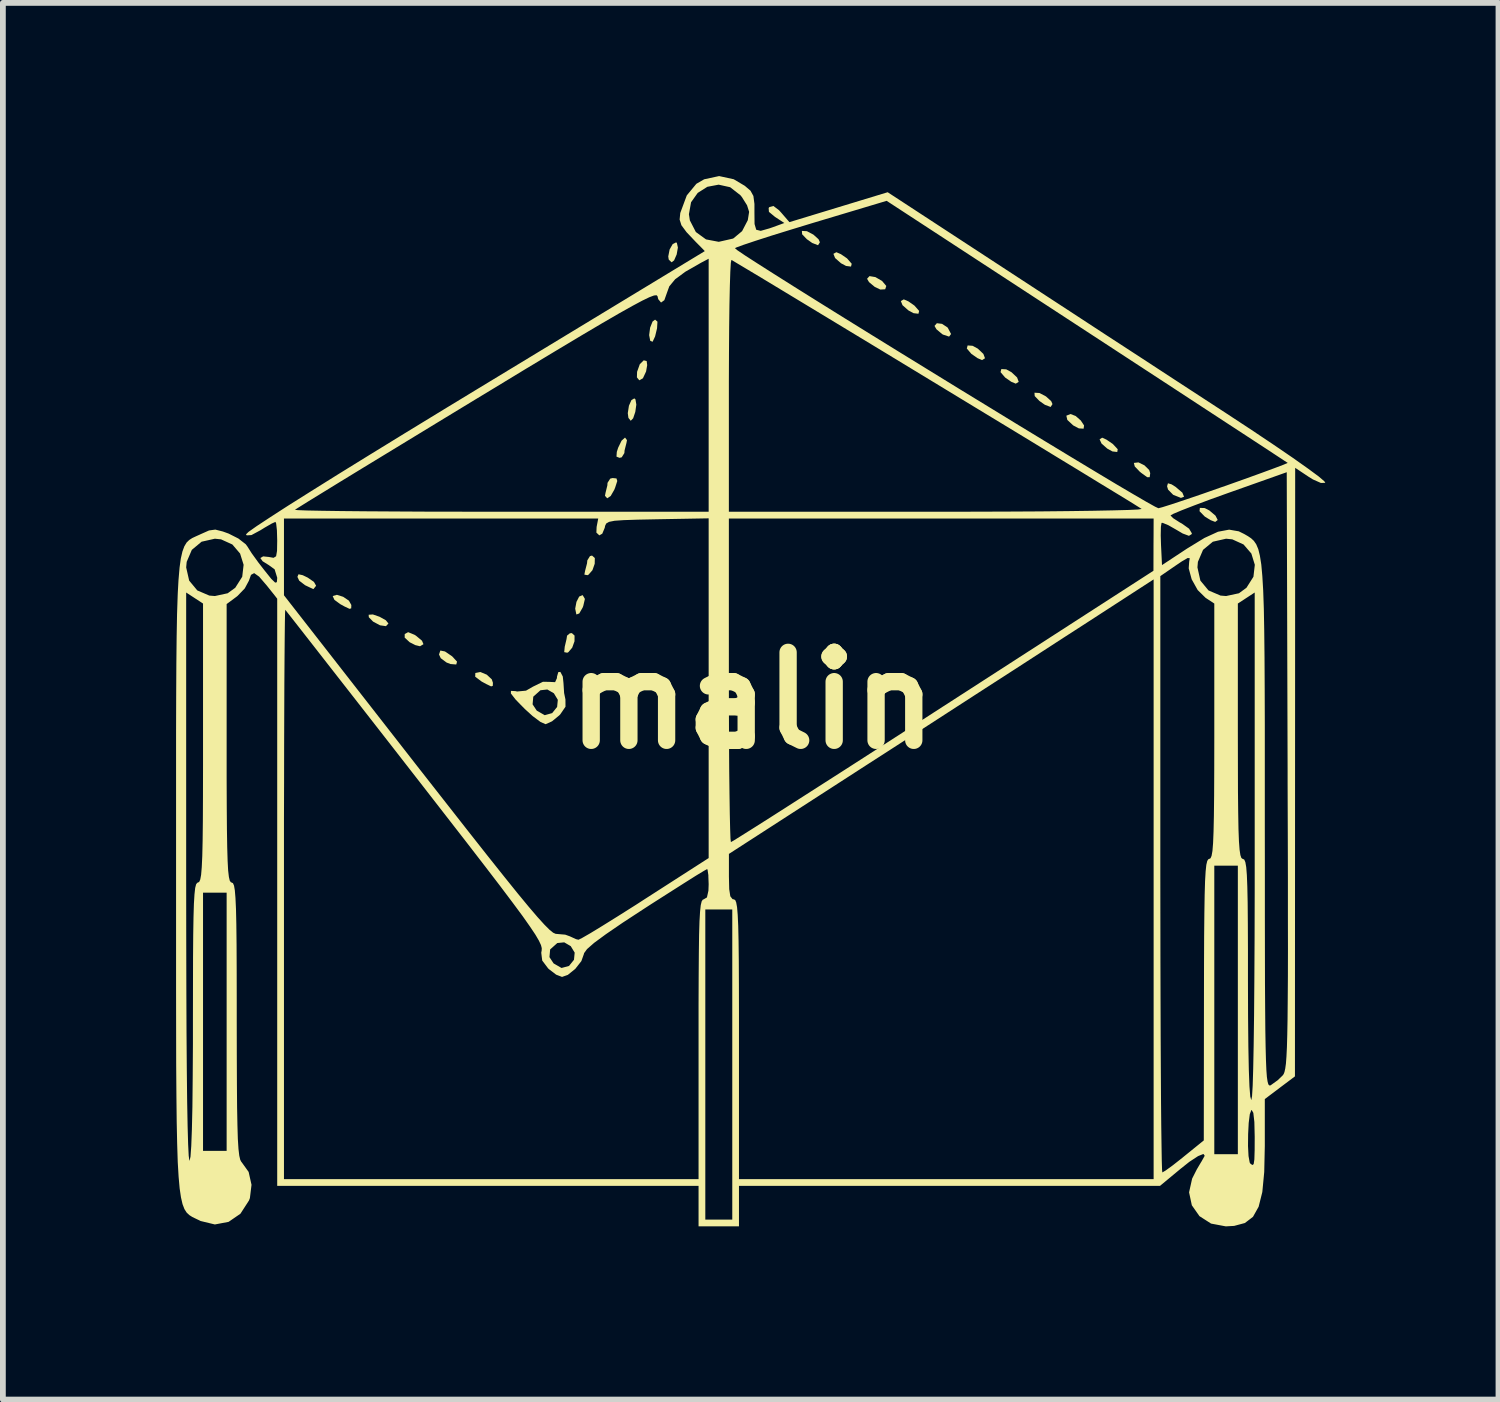
<source format=kicad_pcb>
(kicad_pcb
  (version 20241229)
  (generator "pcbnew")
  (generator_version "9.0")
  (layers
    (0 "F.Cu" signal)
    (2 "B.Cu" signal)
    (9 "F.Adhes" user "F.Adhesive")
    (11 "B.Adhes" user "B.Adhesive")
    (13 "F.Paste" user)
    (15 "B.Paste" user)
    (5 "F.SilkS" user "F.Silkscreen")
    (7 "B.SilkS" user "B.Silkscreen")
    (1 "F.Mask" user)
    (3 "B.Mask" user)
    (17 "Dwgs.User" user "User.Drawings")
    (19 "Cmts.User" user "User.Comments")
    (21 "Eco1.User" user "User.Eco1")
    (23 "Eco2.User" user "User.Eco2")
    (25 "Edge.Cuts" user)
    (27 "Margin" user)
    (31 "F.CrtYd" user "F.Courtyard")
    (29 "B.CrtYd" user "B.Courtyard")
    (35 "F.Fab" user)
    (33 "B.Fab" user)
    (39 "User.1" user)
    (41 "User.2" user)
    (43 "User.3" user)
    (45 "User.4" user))
  (footprint "malin"
    (layer "F.Cu")
    (at 9.985 9.085)
    (property "Reference" "malin" (at 0 0 0) (layer "F.SilkS") (effects (font (size 1.524 1.524) (thickness 0.3))))
    (attr board_only exclude_from_pos_files exclude_from_bom)
    (fp_poly (pts (xy -6.46 -1.451) (xy -6.352 -1.391) (xy -6.306 -1.334) (xy -6.349 -1.288) (xy -6.452 -1.303) (xy -6.572 -1.367) (xy -6.646 -1.443) (xy -6.649 -1.486) (xy -6.576 -1.491)) (stroke (width 0) (type solid)) (fill yes) (layer "F.SilkS"))
    (fp_poly (pts (xy -5.327 -0.85) (xy -5.203 -0.766) (xy -5.118 -0.674) (xy -5.131 -0.624) (xy -5.231 -0.632) (xy -5.299 -0.658) (xy -5.4 -0.733) (xy -5.43 -0.797) (xy -5.407 -0.866)) (stroke (width 0) (type solid)) (fill yes) (layer "F.SilkS"))
    (fp_poly (pts (xy -1.833 -5.881) (xy -1.824 -5.81) (xy -1.843 -5.7) (xy -1.898 -5.582) (xy -1.961 -5.547) (xy -2.002 -5.598) (xy -1.999 -5.694) (xy -1.952 -5.826) (xy -1.884 -5.893)) (stroke (width 0) (type solid)) (fill yes) (layer "F.SilkS"))
    (fp_poly (pts (xy -1.646 -6.563) (xy -1.653 -6.448) (xy -1.687 -6.307) (xy -1.73 -6.215) (xy -1.771 -6.231) (xy -1.79 -6.33) (xy -1.773 -6.459) (xy -1.731 -6.565) (xy -1.687 -6.598)) (stroke (width 0) (type solid)) (fill yes) (layer "F.SilkS"))
    (fp_poly (pts (xy 1.532 -7.732) (xy 1.638 -7.659) (xy 1.719 -7.566) (xy 1.707 -7.517) (xy 1.621 -7.528) (xy 1.533 -7.575) (xy 1.431 -7.665) (xy 1.402 -7.738) (xy 1.453 -7.766)) (stroke (width 0) (type solid)) (fill yes) (layer "F.SilkS"))
    (fp_poly (pts (xy 2.129 -7.335) (xy 2.245 -7.268) (xy 2.318 -7.181) (xy 2.299 -7.124) (xy 2.215 -7.119) (xy 2.117 -7.166) (xy 2.019 -7.248) (xy 1.985 -7.306) (xy 2.027 -7.352)) (stroke (width 0) (type solid)) (fill yes) (layer "F.SilkS"))
    (fp_poly (pts (xy 2.7 -6.915) (xy 2.806 -6.841) (xy 2.887 -6.749) (xy 2.875 -6.7) (xy 2.789 -6.71) (xy 2.701 -6.758) (xy 2.599 -6.848) (xy 2.57 -6.92) (xy 2.621 -6.949)) (stroke (width 0) (type solid)) (fill yes) (layer "F.SilkS"))
    (fp_poly (pts (xy 3.812 -6.145) (xy 3.903 -6.096) (xy 4 -6.004) (xy 4.028 -5.929) (xy 3.977 -5.897) (xy 3.898 -5.931) (xy 3.792 -6.005) (xy 3.713 -6.098) (xy 3.727 -6.151)) (stroke (width 0) (type solid)) (fill yes) (layer "F.SilkS"))
    (fp_poly (pts (xy 4.396 -5.737) (xy 4.487 -5.687) (xy 4.584 -5.596) (xy 4.612 -5.52) (xy 4.561 -5.489) (xy 4.482 -5.522) (xy 4.376 -5.596) (xy 4.297 -5.689) (xy 4.311 -5.742)) (stroke (width 0) (type solid)) (fill yes) (layer "F.SilkS"))
    (fp_poly (pts (xy 5.598 -4.929) (xy 5.687 -4.851) (xy 5.744 -4.765) (xy 5.736 -4.709) (xy 5.654 -4.714) (xy 5.557 -4.765) (xy 5.454 -4.861) (xy 5.437 -4.934) (xy 5.509 -4.963)) (stroke (width 0) (type solid)) (fill yes) (layer "F.SilkS"))
    (fp_poly (pts (xy -4.603 -0.448) (xy -4.516 -0.367) (xy -4.496 -0.307) (xy -4.499 -0.253) (xy -4.528 -0.245) (xy -4.613 -0.286) (xy -4.692 -0.329) (xy -4.803 -0.412) (xy -4.801 -0.477) (xy -4.715 -0.494)) (stroke (width 0) (type solid)) (fill yes) (layer "F.SilkS"))
    (fp_poly (pts (xy -2.027 -5.217) (xy -2.012 -5.126) (xy -2.03 -4.999) (xy -2.067 -4.889) (xy -2.109 -4.846) (xy -2.149 -4.896) (xy -2.16 -4.978) (xy -2.14 -5.107) (xy -2.097 -5.204) (xy -2.047 -5.234)) (stroke (width 0) (type solid)) (fill yes) (layer "F.SilkS"))
    (fp_poly (pts (xy -1.31 -7.928) (xy -1.292 -7.847) (xy -1.313 -7.727) (xy -1.358 -7.624) (xy -1.402 -7.591) (xy -1.451 -7.639) (xy -1.459 -7.693) (xy -1.435 -7.814) (xy -1.382 -7.907) (xy -1.324 -7.936)) (stroke (width 0) (type solid)) (fill yes) (layer "F.SilkS"))
    (fp_poly (pts (xy 0.943 -8.13) (xy 1.055 -8.071) (xy 1.145 -7.99) (xy 1.168 -7.938) (xy 1.136 -7.887) (xy 1.036 -7.925) (xy 0.941 -7.992) (xy 0.86 -8.077) (xy 0.856 -8.133) (xy 0.858 -8.135)) (stroke (width 0) (type solid)) (fill yes) (layer "F.SilkS"))
    (fp_poly (pts (xy 3.284 -6.525) (xy 3.378 -6.463) (xy 3.385 -6.454) (xy 3.44 -6.349) (xy 3.406 -6.304) (xy 3.3 -6.339) (xy 3.284 -6.349) (xy 3.187 -6.431) (xy 3.153 -6.489) (xy 3.194 -6.536)) (stroke (width 0) (type solid)) (fill yes) (layer "F.SilkS"))
    (fp_poly (pts (xy 4.972 -5.327) (xy 5.084 -5.268) (xy 5.174 -5.187) (xy 5.197 -5.135) (xy 5.165 -5.085) (xy 5.065 -5.123) (xy 4.97 -5.19) (xy 4.889 -5.274) (xy 4.885 -5.331) (xy 4.887 -5.332)) (stroke (width 0) (type solid)) (fill yes) (layer "F.SilkS"))
    (fp_poly (pts (xy 6.058 -4.553) (xy 6.131 -4.52) (xy 6.241 -4.445) (xy 6.327 -4.353) (xy 6.319 -4.305) (xy 6.235 -4.315) (xy 6.146 -4.364) (xy 6.047 -4.451) (xy 6.013 -4.524) (xy 6.057 -4.553)) (stroke (width 0) (type solid)) (fill yes) (layer "F.SilkS"))
    (fp_poly (pts (xy 7.259 -3.745) (xy 7.328 -3.702) (xy 7.447 -3.601) (xy 7.476 -3.53) (xy 7.422 -3.51) (xy 7.291 -3.562) (xy 7.284 -3.567) (xy 7.199 -3.654) (xy 7.182 -3.712) (xy 7.197 -3.763)) (stroke (width 0) (type solid)) (fill yes) (layer "F.SilkS"))
    (fp_poly (pts (xy 7.834 -3.334) (xy 7.915 -3.292) (xy 8.021 -3.202) (xy 8.059 -3.127) (xy 8.017 -3.095) (xy 8.013 -3.095) (xy 7.935 -3.125) (xy 7.836 -3.186) (xy 7.744 -3.28) (xy 7.75 -3.337)) (stroke (width 0) (type solid)) (fill yes) (layer "F.SilkS"))
    (fp_poly (pts (xy -7.091 -1.797) (xy -6.991 -1.73) (xy -6.949 -1.655) (xy -6.951 -1.597) (xy -6.98 -1.588) (xy -7.067 -1.629) (xy -7.14 -1.669) (xy -7.242 -1.744) (xy -7.271 -1.807) (xy -7.269 -1.811) (xy -7.199 -1.831)) (stroke (width 0) (type solid)) (fill yes) (layer "F.SilkS"))
    (fp_poly (pts (xy -5.855 -1.139) (xy -5.822 -1.117) (xy -5.725 -1.036) (xy -5.7 -0.977) (xy -5.702 -0.974) (xy -5.759 -0.94) (xy -5.841 -0.96) (xy -5.939 -1.01) (xy -6.025 -1.09) (xy -6.024 -1.152) (xy -5.965 -1.184)) (stroke (width 0) (type solid)) (fill yes) (layer "F.SilkS"))
    (fp_poly (pts (xy -2.94 -1.823) (xy -2.903 -1.76) (xy -2.931 -1.639) (xy -2.943 -1.608) (xy -3.001 -1.508) (xy -3.048 -1.491) (xy -3.052 -1.496) (xy -3.071 -1.592) (xy -3.049 -1.709) (xy -3.002 -1.801) (xy -2.945 -1.825)) (stroke (width 0) (type solid)) (fill yes) (layer "F.SilkS"))
    (fp_poly (pts (xy -2.731 -2.468) (xy -2.733 -2.369) (xy -2.772 -2.258) (xy -2.84 -2.18) (xy -2.859 -2.171) (xy -2.912 -2.181) (xy -2.9 -2.245) (xy -2.866 -2.377) (xy -2.861 -2.428) (xy -2.815 -2.502) (xy -2.779 -2.511)) (stroke (width 0) (type solid)) (fill yes) (layer "F.SilkS"))
    (fp_poly (pts (xy 6.79 -4.074) (xy 6.872 -3.993) (xy 6.89 -3.939) (xy 6.881 -3.869) (xy 6.837 -3.869) (xy 6.735 -3.943) (xy 6.707 -3.966) (xy 6.622 -4.055) (xy 6.607 -4.115) (xy 6.608 -4.116) (xy 6.686 -4.125)) (stroke (width 0) (type solid)) (fill yes) (layer "F.SilkS"))
    (fp_poly (pts (xy -7.791 -2.171) (xy -7.706 -2.13) (xy -7.597 -2.055) (xy -7.56 -1.99) (xy -7.563 -1.983) (xy -7.604 -1.932) (xy -7.609 -1.931) (xy -7.663 -1.956) (xy -7.751 -1.998) (xy -7.852 -2.076) (xy -7.883 -2.142) (xy -7.864 -2.187)) (stroke (width 0) (type solid)) (fill yes) (layer "F.SilkS"))
    (fp_poly (pts (xy -3.082 -1.125) (xy -3.083 -1.026) (xy -3.123 -0.915) (xy -3.19 -0.837) (xy -3.209 -0.828) (xy -3.261 -0.838) (xy -3.252 -0.935) (xy -3.25 -0.941) (xy -3.221 -1.065) (xy -3.212 -1.124) (xy -3.164 -1.164) (xy -3.129 -1.168)) (stroke (width 0) (type solid)) (fill yes) (layer "F.SilkS"))
    (fp_poly (pts (xy -2.356 -3.847) (xy -2.342 -3.803) (xy -2.378 -3.691) (xy -2.393 -3.653) (xy -2.456 -3.543) (xy -2.516 -3.503) (xy -2.555 -3.546) (xy -2.546 -3.596) (xy -2.514 -3.727) (xy -2.511 -3.771) (xy -2.464 -3.844) (xy -2.423 -3.854)) (stroke (width 0) (type solid)) (fill yes) (layer "F.SilkS"))
    (fp_poly (pts (xy -2.174 -4.511) (xy -2.183 -4.462) (xy -2.216 -4.331) (xy -2.219 -4.287) (xy -2.265 -4.213) (xy -2.303 -4.204) (xy -2.356 -4.225) (xy -2.35 -4.307) (xy -2.327 -4.379) (xy -2.268 -4.501) (xy -2.209 -4.554) (xy -2.207 -4.554)) (stroke (width 0) (type solid)) (fill yes) (layer "F.SilkS"))
    (fp_poly (pts (xy -3.286 -0.416) (xy -3.274 -0.303) (xy -3.263 -0.13) (xy -3.24 -0.018) (xy -3.239 0.107) (xy -3.33 0.24) (xy -3.349 0.259) (xy -3.472 0.36) (xy -3.578 0.408) (xy -3.588 0.409) (xy -3.674 0.37) (xy -3.809 0.269) (xy -3.941 0.149) (xy -4.023 0.066) (xy -3.809 0.066) (xy -3.737 0.175) (xy -3.599 0.254) (xy -3.47 0.218) (xy -3.384 0.111) (xy -3.372 -0.012) (xy -3.44 -0.125) (xy -3.553 -0.191) (xy -3.673 -0.178) (xy -3.797 -0.067) (xy -3.809 0.066) (xy -4.023 0.066) (xy -4.106 -0.02) (xy -4.185 -0.122) (xy -4.184 -0.167) (xy -4.106 -0.163) (xy -4.078 -0.156) (xy -3.923 -0.171) (xy -3.803 -0.24) (xy -3.629 -0.325) (xy -3.521 -0.323) (xy -3.419 -0.318) (xy -3.387 -0.389) (xy -3.387 -0.411) (xy -3.364 -0.492) (xy -3.328 -0.496)) (stroke (width 0) (type solid)) (fill yes) (layer "F.SilkS"))
    (fp_poly (pts (xy -0.325 -9.03) (xy -0.133 -8.916) (xy -0.034 -8.831) (xy 0.016 -8.74) (xy 0.034 -8.602) (xy 0.034 -8.452) (xy 0.036 -8.254) (xy 0.065 -8.155) (xy 0.143 -8.136) (xy 0.294 -8.179) (xy 0.349 -8.198) (xy 0.552 -8.272) (xy 0.39 -8.378) (xy 0.285 -8.465) (xy 0.28 -8.532) (xy 0.293 -8.548) (xy 0.363 -8.567) (xy 0.46 -8.493) (xy 0.499 -8.45) (xy 0.64 -8.287) (xy 1.491 -8.546) (xy 2.342 -8.805) (xy 4.397 -7.462) (xy 4.931 -7.113) (xy 5.516 -6.731) (xy 6.126 -6.332) (xy 6.736 -5.935) (xy 7.319 -5.554) (xy 7.85 -5.208) (xy 8.212 -4.972) (xy 8.647 -4.686) (xy 9.031 -4.429) (xy 9.359 -4.205) (xy 9.619 -4.021) (xy 9.805 -3.884) (xy 9.906 -3.798) (xy 9.923 -3.771) (xy 9.846 -3.769) (xy 9.708 -3.83) (xy 9.637 -3.874) (xy 9.401 -4.031) (xy 9.399 1.24) (xy 9.397 6.511) (xy 9.136 6.707) (xy 8.875 6.904) (xy 8.875 7.716) (xy 8.865 8.167) (xy 8.832 8.514) (xy 8.768 8.769) (xy 8.67 8.944) (xy 8.53 9.051) (xy 8.344 9.101) (xy 8.199 9.109) (xy 7.944 9.061) (xy 7.743 8.932) (xy 7.611 8.744) (xy 7.563 8.52) (xy 7.616 8.282) (xy 7.616 8.282) (xy 7.697 8.122) (xy 7.772 7.995) (xy 7.777 7.988) (xy 7.834 7.886) (xy 7.815 7.859) (xy 8 7.859) (xy 8.408 7.859) (xy 8.408 7.716) (xy 8.584 7.716) (xy 8.593 7.891) (xy 8.613 8.002) (xy 8.622 8.019) (xy 8.659 8.047) (xy 8.682 8.031) (xy 8.694 7.951) (xy 8.699 7.79) (xy 8.7 7.558) (xy 8.694 7.301) (xy 8.676 7.143) (xy 8.647 7.093) (xy 8.642 7.094) (xy 8.615 7.166) (xy 8.596 7.317) (xy 8.586 7.513) (xy 8.584 7.716) (xy 8.408 7.716) (xy 8.408 2.861) (xy 8 2.861) (xy 8 7.859) (xy 7.815 7.859) (xy 7.811 7.855) (xy 7.719 7.892) (xy 7.568 7.991) (xy 7.417 8.111) (xy 7.059 8.408) (xy -0.234 8.408) (xy -0.234 9.109) (xy -0.934 9.109) (xy -0.934 8.992) (xy -0.817 8.992) (xy -0.35 8.992) (xy -0.35 3.62) (xy -0.817 3.62) (xy -0.817 8.992) (xy -0.934 8.992) (xy -0.934 8.408) (xy -8.233 8.408) (xy -8.233 8.291) (xy -8.116 8.291) (xy -0.934 8.291) (xy -0.934 5.868) (xy -0.934 5.266) (xy -0.932 4.771) (xy -0.929 4.373) (xy -0.925 4.061) (xy -0.918 3.826) (xy -0.908 3.657) (xy -0.896 3.545) (xy -0.88 3.479) (xy -0.861 3.45) (xy -0.847 3.445) (xy -0.789 3.411) (xy -0.763 3.294) (xy -0.759 3.182) (xy -0.764 3.051) (xy -0.408 3.051) (xy -0.403 3.268) (xy -0.384 3.391) (xy -0.345 3.441) (xy -0.321 3.445) (xy -0.299 3.457) (xy -0.282 3.498) (xy -0.267 3.58) (xy -0.256 3.712) (xy -0.247 3.903) (xy -0.241 4.165) (xy -0.237 4.508) (xy -0.235 4.94) (xy -0.234 5.473) (xy -0.234 5.868) (xy -0.234 8.291) (xy 6.949 8.291) (xy 6.949 3.01) (xy 7.065 3.01) (xy 7.066 3.775) (xy 7.067 4.507) (xy 7.069 5.195) (xy 7.071 5.833) (xy 7.074 6.412) (xy 7.077 6.923) (xy 7.081 7.358) (xy 7.086 7.709) (xy 7.09 7.968) (xy 7.095 8.126) (xy 7.1 8.175) (xy 7.159 8.14) (xy 7.283 8.05) (xy 7.447 7.921) (xy 7.476 7.897) (xy 7.818 7.62) (xy 7.821 5.182) (xy 7.822 4.578) (xy 7.824 4.081) (xy 7.828 3.681) (xy 7.833 3.367) (xy 7.84 3.13) (xy 7.85 2.96) (xy 7.862 2.846) (xy 7.878 2.779) (xy 7.897 2.749) (xy 7.912 2.744) (xy 7.935 2.732) (xy 7.953 2.69) (xy 7.968 2.606) (xy 7.979 2.47) (xy 7.987 2.272) (xy 7.993 2.002) (xy 7.997 1.648) (xy 7.999 1.2) (xy 8 0.648) (xy 8 0.532) (xy 8.408 0.532) (xy 8.409 1.105) (xy 8.41 1.571) (xy 8.414 1.942) (xy 8.419 2.228) (xy 8.427 2.438) (xy 8.438 2.585) (xy 8.452 2.678) (xy 8.469 2.727) (xy 8.491 2.744) (xy 8.496 2.744) (xy 8.519 2.756) (xy 8.538 2.8) (xy 8.553 2.885) (xy 8.564 3.023) (xy 8.572 3.224) (xy 8.578 3.5) (xy 8.581 3.86) (xy 8.583 4.317) (xy 8.583 4.85) (xy 8.585 5.476) (xy 8.59 5.991) (xy 8.598 6.394) (xy 8.609 6.684) (xy 8.623 6.86) (xy 8.64 6.92) (xy 8.642 6.919) (xy 8.654 6.853) (xy 8.665 6.672) (xy 8.674 6.377) (xy 8.682 5.971) (xy 8.689 5.454) (xy 8.694 4.829) (xy 8.698 4.098) (xy 8.7 3.261) (xy 8.7 2.506) (xy 8.7 -1.871) (xy 8.408 -1.68) (xy 8.408 0.532) (xy 8 0.532) (xy 8 -1.68) (xy 7.849 -1.779) (xy 7.712 -1.914) (xy 7.608 -2.1) (xy 7.557 -2.289) (xy 7.558 -2.306) (xy 7.708 -2.306) (xy 7.759 -2.077) (xy 7.9 -1.907) (xy 8.108 -1.818) (xy 8.204 -1.81) (xy 8.427 -1.858) (xy 8.557 -1.953) (xy 8.678 -2.144) (xy 8.702 -2.351) (xy 8.642 -2.546) (xy 8.507 -2.703) (xy 8.312 -2.792) (xy 8.204 -2.803) (xy 7.975 -2.751) (xy 7.805 -2.61) (xy 7.716 -2.402) (xy 7.708 -2.306) (xy 7.558 -2.306) (xy 7.565 -2.405) (xy 7.575 -2.465) (xy 7.539 -2.469) (xy 7.439 -2.411) (xy 7.334 -2.34) (xy 7.065 -2.155) (xy 7.065 3.01) (xy 6.949 3.01) (xy 6.949 -2.098) (xy 5.708 -1.294) (xy 5.396 -1.093) (xy 5.003 -0.838) (xy 4.546 -0.542) (xy 4.04 -0.216) (xy 3.505 0.13) (xy 2.955 0.486) (xy 2.408 0.839) (xy 2.029 1.083) (xy -0.408 2.657) (xy -0.408 3.051) (xy -0.764 3.051) (xy -0.764 3.026) (xy -0.778 2.932) (xy -0.786 2.92) (xy -0.84 2.95) (xy -0.979 3.034) (xy -1.185 3.164) (xy -1.446 3.33) (xy -1.747 3.522) (xy -1.866 3.599) (xy -2.25 3.85) (xy -2.539 4.048) (xy -2.743 4.198) (xy -2.866 4.306) (xy -2.917 4.376) (xy -2.92 4.39) (xy -2.964 4.514) (xy -3.07 4.649) (xy -3.199 4.753) (xy -3.299 4.788) (xy -3.401 4.749) (xy -3.525 4.654) (xy -3.54 4.64) (xy -3.642 4.505) (xy -3.65 4.445) (xy -3.517 4.445) (xy -3.445 4.554) (xy -3.308 4.633) (xy -3.178 4.598) (xy -3.092 4.491) (xy -3.08 4.367) (xy -3.148 4.255) (xy -3.261 4.189) (xy -3.381 4.201) (xy -3.505 4.312) (xy -3.517 4.445) (xy -3.65 4.445) (xy -3.659 4.369) (xy -3.652 4.331) (xy -3.65 4.29) (xy -3.664 4.236) (xy -3.7 4.159) (xy -3.761 4.055) (xy -3.854 3.916) (xy -3.982 3.734) (xy -4.153 3.503) (xy -4.369 3.216) (xy -4.637 2.866) (xy -4.962 2.445) (xy -5.348 1.948) (xy -5.8 1.366) (xy -5.843 1.311) (xy -6.236 0.806) (xy -6.608 0.329) (xy -6.952 -0.112) (xy -7.263 -0.51) (xy -7.533 -0.856) (xy -7.758 -1.144) (xy -7.93 -1.364) (xy -8.043 -1.508) (xy -8.092 -1.57) (xy -8.093 -1.572) (xy -8.097 -1.518) (xy -8.1 -1.357) (xy -8.103 -1.095) (xy -8.106 -0.742) (xy -8.109 -0.307) (xy -8.111 0.204) (xy -8.113 0.781) (xy -8.114 1.415) (xy -8.116 2.099) (xy -8.116 2.823) (xy -8.116 3.348) (xy -8.116 8.291) (xy -8.233 8.291) (xy -8.233 -1.764) (xy -8.279 -1.823) (xy -8.116 -1.823) (xy -5.822 1.118) (xy -5.349 1.722) (xy -4.943 2.24) (xy -4.598 2.678) (xy -4.308 3.042) (xy -4.069 3.339) (xy -3.876 3.573) (xy -3.722 3.753) (xy -3.604 3.883) (xy -3.516 3.971) (xy -3.453 4.022) (xy -3.409 4.042) (xy -3.394 4.043) (xy -3.243 4.056) (xy -3.163 4.085) (xy -3.056 4.134) (xy -3.014 4.144) (xy -2.953 4.114) (xy -2.807 4.03) (xy -2.594 3.9) (xy -2.326 3.733) (xy -2.019 3.539) (xy -1.861 3.437) (xy -0.759 2.729) (xy -0.759 -0.35) (xy -0.409 -0.35) (xy -0.408 0.209) (xy -0.406 0.732) (xy -0.403 1.206) (xy -0.398 1.62) (xy -0.393 1.963) (xy -0.387 2.223) (xy -0.381 2.39) (xy -0.374 2.452) (xy -0.373 2.452) (xy -0.32 2.422) (xy -0.176 2.332) (xy 0.051 2.189) (xy 0.352 1.998) (xy 0.721 1.762) (xy 1.149 1.488) (xy 1.629 1.181) (xy 2.153 0.844) (xy 2.714 0.483) (xy 3.302 0.103) (xy 3.304 0.102) (xy 6.946 -2.248) (xy 6.947 -2.701) (xy 6.948 -2.859) (xy 7.072 -2.859) (xy 7.077 -2.698) (xy 7.094 -2.346) (xy 7.528 -2.632) (xy 7.829 -2.816) (xy 8.065 -2.924) (xy 8.257 -2.96) (xy 8.424 -2.931) (xy 8.519 -2.884) (xy 8.583 -2.847) (xy 8.638 -2.81) (xy 8.686 -2.765) (xy 8.727 -2.705) (xy 8.762 -2.622) (xy 8.79 -2.508) (xy 8.814 -2.356) (xy 8.832 -2.158) (xy 8.847 -1.906) (xy 8.858 -1.593) (xy 8.865 -1.21) (xy 8.87 -0.751) (xy 8.873 -0.208) (xy 8.875 0.428) (xy 8.875 1.164) (xy 8.875 2.007) (xy 8.875 2.193) (xy 8.876 3.027) (xy 8.876 3.752) (xy 8.877 4.375) (xy 8.878 4.904) (xy 8.881 5.347) (xy 8.884 5.71) (xy 8.889 6.001) (xy 8.895 6.229) (xy 8.902 6.399) (xy 8.911 6.521) (xy 8.923 6.601) (xy 8.936 6.648) (xy 8.951 6.667) (xy 8.969 6.668) (xy 8.978 6.664) (xy 9.099 6.577) (xy 9.183 6.496) (xy 9.201 6.472) (xy 9.216 6.434) (xy 9.229 6.375) (xy 9.241 6.289) (xy 9.25 6.168) (xy 9.258 6.005) (xy 9.264 5.793) (xy 9.269 5.523) (xy 9.272 5.19) (xy 9.275 4.785) (xy 9.276 4.302) (xy 9.275 3.732) (xy 9.275 3.07) (xy 9.273 2.307) (xy 9.27 1.436) (xy 9.27 1.214) (xy 9.255 -3.955) (xy 8.248 -3.598) (xy 7.928 -3.483) (xy 7.651 -3.379) (xy 7.432 -3.294) (xy 7.29 -3.234) (xy 7.241 -3.206) (xy 7.287 -3.159) (xy 7.402 -3.085) (xy 7.439 -3.065) (xy 7.563 -2.977) (xy 7.611 -2.897) (xy 7.609 -2.883) (xy 7.561 -2.853) (xy 7.453 -2.893) (xy 7.346 -2.956) (xy 7.204 -3.037) (xy 7.107 -3.077) (xy 7.086 -3.077) (xy 7.075 -3.009) (xy 7.072 -2.859) (xy 6.948 -2.859) (xy 6.949 -3.153) (xy -0.409 -3.153) (xy -0.409 -0.35) (xy -0.759 -0.35) (xy -0.759 -3.156) (xy -1.65 -3.14) (xy -1.989 -3.133) (xy -2.23 -3.125) (xy -2.389 -3.114) (xy -2.484 -3.095) (xy -2.533 -3.067) (xy -2.553 -3.026) (xy -2.559 -2.993) (xy -2.602 -2.89) (xy -2.653 -2.861) (xy -2.704 -2.909) (xy -2.7 -3.007) (xy -2.672 -3.153) (xy -8.116 -3.153) (xy -8.116 -1.823) (xy -8.279 -1.823) (xy -8.413 -1.991) (xy -8.546 -2.146) (xy -8.632 -2.207) (xy -8.687 -2.177) (xy -8.724 -2.074) (xy -8.795 -1.942) (xy -8.92 -1.812) (xy -8.935 -1.8) (xy -9.109 -1.671) (xy -9.109 0.741) (xy -9.109 1.341) (xy -9.107 1.835) (xy -9.104 2.232) (xy -9.099 2.542) (xy -9.092 2.776) (xy -9.083 2.944) (xy -9.07 3.055) (xy -9.055 3.12) (xy -9.035 3.149) (xy -9.021 3.153) (xy -8.999 3.165) (xy -8.981 3.207) (xy -8.967 3.289) (xy -8.956 3.421) (xy -8.947 3.614) (xy -8.941 3.877) (xy -8.937 4.221) (xy -8.935 4.656) (xy -8.934 5.192) (xy -8.934 5.54) (xy -8.933 6.144) (xy -8.931 6.641) (xy -8.928 7.041) (xy -8.922 7.356) (xy -8.915 7.594) (xy -8.904 7.767) (xy -8.89 7.885) (xy -8.873 7.957) (xy -8.853 7.994) (xy -8.849 7.997) (xy -8.728 8.166) (xy -8.678 8.389) (xy -8.706 8.619) (xy -8.722 8.661) (xy -8.87 8.89) (xy -9.075 9.031) (xy -9.313 9.076) (xy -9.561 9.016) (xy -9.576 9.008) (xy -9.643 8.976) (xy -9.703 8.947) (xy -9.755 8.914) (xy -9.801 8.871) (xy -9.84 8.81) (xy -9.873 8.724) (xy -9.9 8.607) (xy -9.923 8.451) (xy -9.941 8.249) (xy -9.956 7.995) (xy -9.966 7.68) (xy -9.974 7.3) (xy -9.979 6.845) (xy -9.983 6.31) (xy -9.984 5.687) (xy -9.985 4.969) (xy -9.985 4.15) (xy -9.985 3.222) (xy -9.985 3.066) (xy -9.985 2.119) (xy -9.985 1.283) (xy -9.985 0.549) (xy -9.983 -0.089) (xy -9.98 -0.637) (xy -9.975 -1.105) (xy -9.968 -1.497) (xy -9.957 -1.822) (xy -9.955 -1.871) (xy -9.81 -1.871) (xy -9.81 3.068) (xy -9.809 4.071) (xy -9.807 4.961) (xy -9.804 5.736) (xy -9.799 6.397) (xy -9.793 6.943) (xy -9.785 7.373) (xy -9.776 7.687) (xy -9.766 7.886) (xy -9.755 7.968) (xy -9.751 7.97) (xy -9.735 7.902) (xy -9.728 7.801) (xy -9.518 7.801) (xy -9.109 7.801) (xy -9.109 3.328) (xy -9.518 3.328) (xy -9.518 7.801) (xy -9.728 7.801) (xy -9.722 7.721) (xy -9.711 7.431) (xy -9.702 7.037) (xy -9.697 6.541) (xy -9.693 5.949) (xy -9.693 5.544) (xy -9.692 4.946) (xy -9.691 4.456) (xy -9.688 4.061) (xy -9.683 3.753) (xy -9.676 3.522) (xy -9.666 3.357) (xy -9.654 3.247) (xy -9.638 3.184) (xy -9.618 3.157) (xy -9.605 3.153) (xy -9.584 3.141) (xy -9.566 3.1) (xy -9.551 3.018) (xy -9.54 2.886) (xy -9.531 2.694) (xy -9.525 2.432) (xy -9.521 2.089) (xy -9.519 1.656) (xy -9.518 1.123) (xy -9.518 0.737) (xy -9.518 -1.68) (xy -9.81 -1.871) (xy -9.955 -1.871) (xy -9.943 -2.085) (xy -9.925 -2.295) (xy -9.924 -2.306) (xy -9.81 -2.306) (xy -9.758 -2.077) (xy -9.617 -1.907) (xy -9.409 -1.818) (xy -9.313 -1.81) (xy -9.091 -1.858) (xy -8.96 -1.953) (xy -8.839 -2.144) (xy -8.815 -2.351) (xy -8.876 -2.546) (xy -9.01 -2.703) (xy -9.206 -2.792) (xy -9.313 -2.803) (xy -9.543 -2.751) (xy -9.712 -2.61) (xy -9.801 -2.402) (xy -9.81 -2.306) (xy -9.924 -2.306) (xy -9.903 -2.458) (xy -9.875 -2.581) (xy -9.842 -2.671) (xy -9.803 -2.736) (xy -9.757 -2.781) (xy -9.704 -2.815) (xy -9.644 -2.843) (xy -9.575 -2.874) (xy -9.558 -2.882) (xy -9.414 -2.946) (xy -9.305 -2.961) (xy -9.175 -2.928) (xy -9.075 -2.892) (xy -8.905 -2.806) (xy -8.778 -2.707) (xy -8.749 -2.668) (xy -8.677 -2.554) (xy -8.56 -2.392) (xy -8.457 -2.259) (xy -8.336 -2.108) (xy -8.268 -2.042) (xy -8.239 -2.05) (xy -8.233 -2.122) (xy -8.233 -2.127) (xy -8.278 -2.273) (xy -8.379 -2.346) (xy -8.486 -2.413) (xy -8.525 -2.468) (xy -8.477 -2.497) (xy -8.379 -2.487) (xy -8.296 -2.472) (xy -8.252 -2.499) (xy -8.236 -2.592) (xy -8.233 -2.772) (xy -8.238 -2.949) (xy -8.251 -3.066) (xy -8.263 -3.095) (xy -8.327 -3.066) (xy -8.452 -2.994) (xy -8.521 -2.951) (xy -8.679 -2.866) (xy -8.761 -2.861) (xy -8.774 -2.878) (xy -8.73 -2.921) (xy -8.59 -3.02) (xy -8.359 -3.172) (xy -8.155 -3.304) (xy -7.927 -3.304) (xy -7.876 -3.298) (xy -7.719 -3.292) (xy -7.464 -3.287) (xy -7.122 -3.282) (xy -6.702 -3.278) (xy -6.215 -3.275) (xy -5.67 -3.272) (xy -5.078 -3.271) (xy -4.447 -3.27) (xy -4.36 -3.27) (xy -0.759 -3.27) (xy -0.409 -3.27) (xy 3.194 -3.27) (xy 3.829 -3.271) (xy 4.426 -3.273) (xy 4.976 -3.276) (xy 5.47 -3.281) (xy 5.896 -3.287) (xy 6.247 -3.294) (xy 6.511 -3.301) (xy 6.679 -3.309) (xy 6.741 -3.318) (xy 6.741 -3.319) (xy 6.686 -3.354) (xy 6.542 -3.444) (xy 6.316 -3.582) (xy 6.02 -3.762) (xy 5.664 -3.98) (xy 5.256 -4.228) (xy 4.807 -4.502) (xy 4.326 -4.794) (xy 3.823 -5.099) (xy 3.308 -5.412) (xy 2.791 -5.726) (xy 2.282 -6.035) (xy 1.79 -6.333) (xy 1.324 -6.615) (xy 0.896 -6.874) (xy 0.514 -7.105) (xy 0.188 -7.302) (xy -0.072 -7.458) (xy -0.256 -7.568) (xy -0.354 -7.627) (xy -0.365 -7.632) (xy -0.375 -7.582) (xy -0.384 -7.427) (xy -0.392 -7.18) (xy -0.399 -6.854) (xy -0.404 -6.462) (xy -0.407 -6.016) (xy -0.409 -5.528) (xy -0.409 -5.463) (xy -0.409 -3.27) (xy -0.759 -3.27) (xy -0.759 -7.653) (xy -0.89 -7.584) (xy -1.161 -7.429) (xy -1.339 -7.298) (xy -1.441 -7.175) (xy -1.479 -7.07) (xy -1.527 -6.935) (xy -1.584 -6.894) (xy -1.633 -6.953) (xy -1.645 -7.004) (xy -1.662 -7.021) (xy -1.707 -7.016) (xy -1.787 -6.986) (xy -1.909 -6.927) (xy -2.081 -6.835) (xy -2.309 -6.707) (xy -2.599 -6.539) (xy -2.959 -6.326) (xy -3.395 -6.065) (xy -3.915 -5.752) (xy -4.524 -5.382) (xy -4.779 -5.228) (xy -5.327 -4.895) (xy -5.846 -4.579) (xy -6.327 -4.286) (xy -6.761 -4.022) (xy -7.139 -3.791) (xy -7.453 -3.598) (xy -7.694 -3.45) (xy -7.854 -3.35) (xy -7.925 -3.305) (xy -7.927 -3.304) (xy -8.155 -3.304) (xy -8.043 -3.376) (xy -7.646 -3.626) (xy -7.174 -3.921) (xy -6.63 -4.257) (xy -6.021 -4.631) (xy -5.351 -5.04) (xy -4.813 -5.367) (xy -0.826 -7.785) (xy -0.875 -7.836) (xy -0.304 -7.836) (xy -0.262 -7.8) (xy -0.129 -7.71) (xy 0.085 -7.572) (xy 0.371 -7.39) (xy 0.718 -7.171) (xy 1.119 -6.92) (xy 1.562 -6.644) (xy 2.04 -6.348) (xy 2.542 -6.038) (xy 3.059 -5.72) (xy 3.581 -5.399) (xy 4.1 -5.082) (xy 4.605 -4.773) (xy 5.087 -4.48) (xy 5.538 -4.207) (xy 5.946 -3.961) (xy 6.303 -3.747) (xy 6.6 -3.572) (xy 6.827 -3.44) (xy 6.974 -3.358) (xy 7.032 -3.331) (xy 7.101 -3.349) (xy 7.263 -3.4) (xy 7.5 -3.479) (xy 7.794 -3.579) (xy 8.127 -3.696) (xy 8.186 -3.716) (xy 8.52 -3.835) (xy 8.811 -3.94) (xy 9.044 -4.026) (xy 9.202 -4.086) (xy 9.269 -4.115) (xy 9.271 -4.117) (xy 9.22 -4.15) (xy 9.08 -4.242) (xy 8.858 -4.388) (xy 8.561 -4.582) (xy 8.198 -4.819) (xy 7.776 -5.095) (xy 7.304 -5.404) (xy 6.788 -5.741) (xy 6.237 -6.101) (xy 5.79 -6.393) (xy 2.324 -8.656) (xy 1.033 -8.269) (xy 0.663 -8.156) (xy 0.33 -8.053) (xy 0.051 -7.963) (xy -0.158 -7.893) (xy -0.28 -7.848) (xy -0.304 -7.836) (xy -0.875 -7.836) (xy -0.982 -7.944) (xy -1.142 -8.113) (xy -1.231 -8.233) (xy -1.262 -8.332) (xy -1.253 -8.424) (xy -1.101 -8.424) (xy -1.085 -8.318) (xy -0.981 -8.116) (xy -0.805 -7.988) (xy -0.584 -7.946) (xy -0.342 -8.001) (xy -0.33 -8.006) (xy -0.18 -8.131) (xy -0.081 -8.321) (xy -0.058 -8.465) (xy -0.094 -8.579) (xy -0.184 -8.722) (xy -0.21 -8.754) (xy -0.387 -8.892) (xy -0.586 -8.936) (xy -0.782 -8.899) (xy -0.949 -8.793) (xy -1.064 -8.631) (xy -1.101 -8.424) (xy -1.253 -8.424) (xy -1.252 -8.437) (xy -1.249 -8.451) (xy -1.138 -8.75) (xy -0.972 -8.951) (xy -0.837 -9.029) (xy -0.578 -9.085)) (stroke (width 0) (type solid)) (fill yes) (layer "F.SilkS")))
  (gr_rect
    (start -3 -3)
    (end 22.908 21.194)
    (stroke (width 0.1) (type default))
    (fill no)
    (layer "Edge.Cuts")))
</source>
